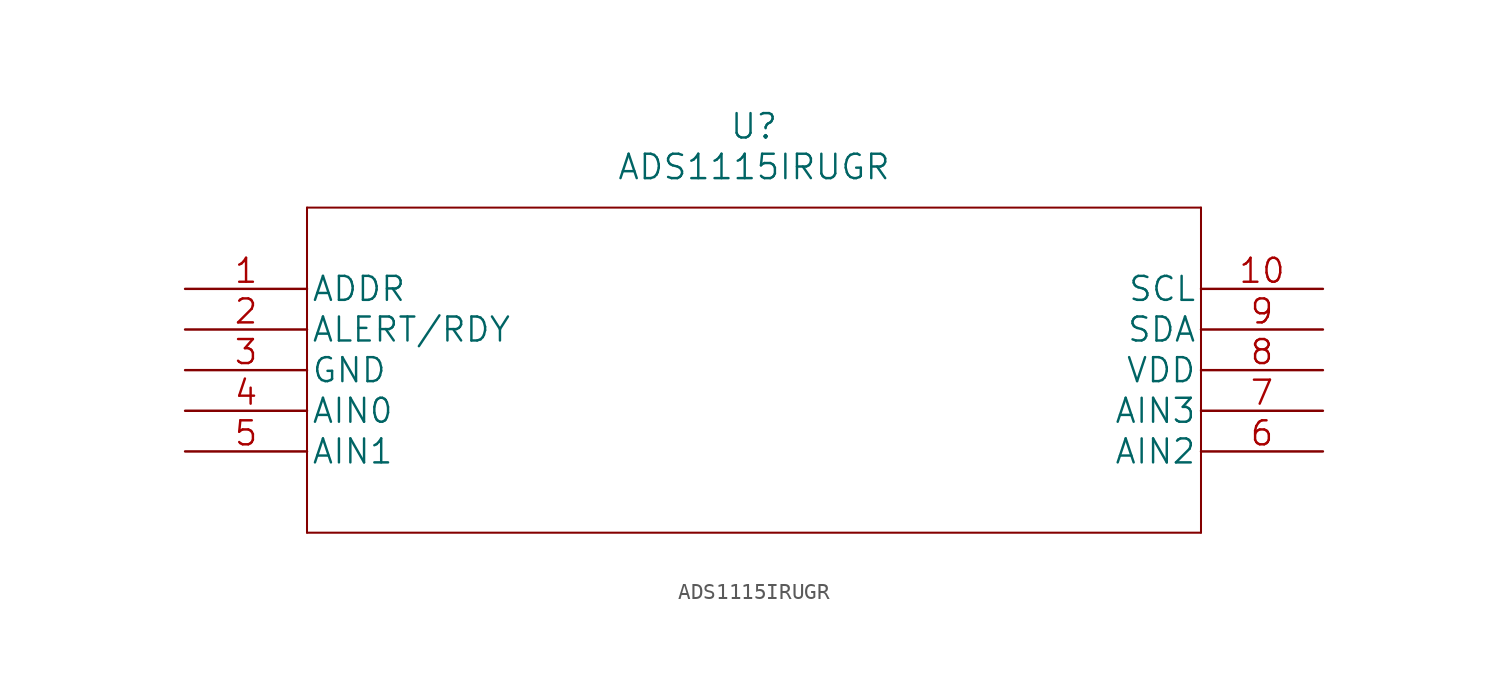
<source format=kicad_sym>
(kicad_symbol_lib
  (version 20211014)
  (generator kicad_symbol_editor)
  (symbol "ADS1115IRUGR"
    (pin_names
      (offset 0.254))
    (property "Reference" "U"
      (at 35.56 10.16 0)
      (effects (font (size 1.524 1.524))))
    (property "Value" "ADS1115IRUGR"
      (at 35.56 7.62 0)
      (effects (font (size 1.524 1.524))))
    (property "Datasheet" ""
      (at 0 0 0)
      (effects (font (size 1.524 1.524))))
    (property "ki_locked" ""
      (at 0 0 0)
      (effects (font (size 1.27 1.27))))
    (symbol "ADS1115IRUGR_1_1"
      (polyline (pts (xy 7.62 -15.24) (xy 63.5 -15.24)) (stroke (width 0.127) (type default) (color 0 0 0 0)) (fill (type none)))
      (polyline (pts (xy 7.62 5.08) (xy 7.62 -15.24)) (stroke (width 0.127) (type default) (color 0 0 0 0)) (fill (type none)))
      (polyline (pts (xy 63.5 -15.24) (xy 63.5 5.08)) (stroke (width 0.127) (type default) (color 0 0 0 0)) (fill (type none)))
      (polyline (pts (xy 63.5 5.08) (xy 7.62 5.08)) (stroke (width 0.127) (type default) (color 0 0 0 0)) (fill (type none)))
      (pin input line (at 0 0 0) (length 7.62) (name "ADDR" (effects (font (size 1.499 1.499)))) (number "1" (effects (font (size 1.499 1.499)))))
      (pin input line (at 71.12 0 180) (length 7.62) (name "SCL" (effects (font (size 1.499 1.499)))) (number "10" (effects (font (size 1.499 1.499)))))
      (pin output line (at 0 -2.54 0) (length 7.62) (name "ALERT/RDY" (effects (font (size 1.499 1.499)))) (number "2" (effects (font (size 1.499 1.499)))))
      (pin power_in line (at 0 -5.08 0) (length 7.62) (name "GND" (effects (font (size 1.499 1.499)))) (number "3" (effects (font (size 1.499 1.499)))))
      (pin input line (at 0 -7.62 0) (length 7.62) (name "AIN0" (effects (font (size 1.499 1.499)))) (number "4" (effects (font (size 1.499 1.499)))))
      (pin input line (at 0 -10.16 0) (length 7.62) (name "AIN1" (effects (font (size 1.499 1.499)))) (number "5" (effects (font (size 1.499 1.499)))))
      (pin input line (at 71.12 -10.16 180) (length 7.62) (name "AIN2" (effects (font (size 1.499 1.499)))) (number "6" (effects (font (size 1.499 1.499)))))
      (pin input line (at 71.12 -7.62 180) (length 7.62) (name "AIN3" (effects (font (size 1.499 1.499)))) (number "7" (effects (font (size 1.499 1.499)))))
      (pin power_in line (at 71.12 -5.08 180) (length 7.62) (name "VDD" (effects (font (size 1.499 1.499)))) (number "8" (effects (font (size 1.499 1.499)))))
      (pin bidirectional line (at 71.12 -2.54 180) (length 7.62) (name "SDA" (effects (font (size 1.499 1.499)))) (number "9" (effects (font (size 1.499 1.499))))))))
</source>
